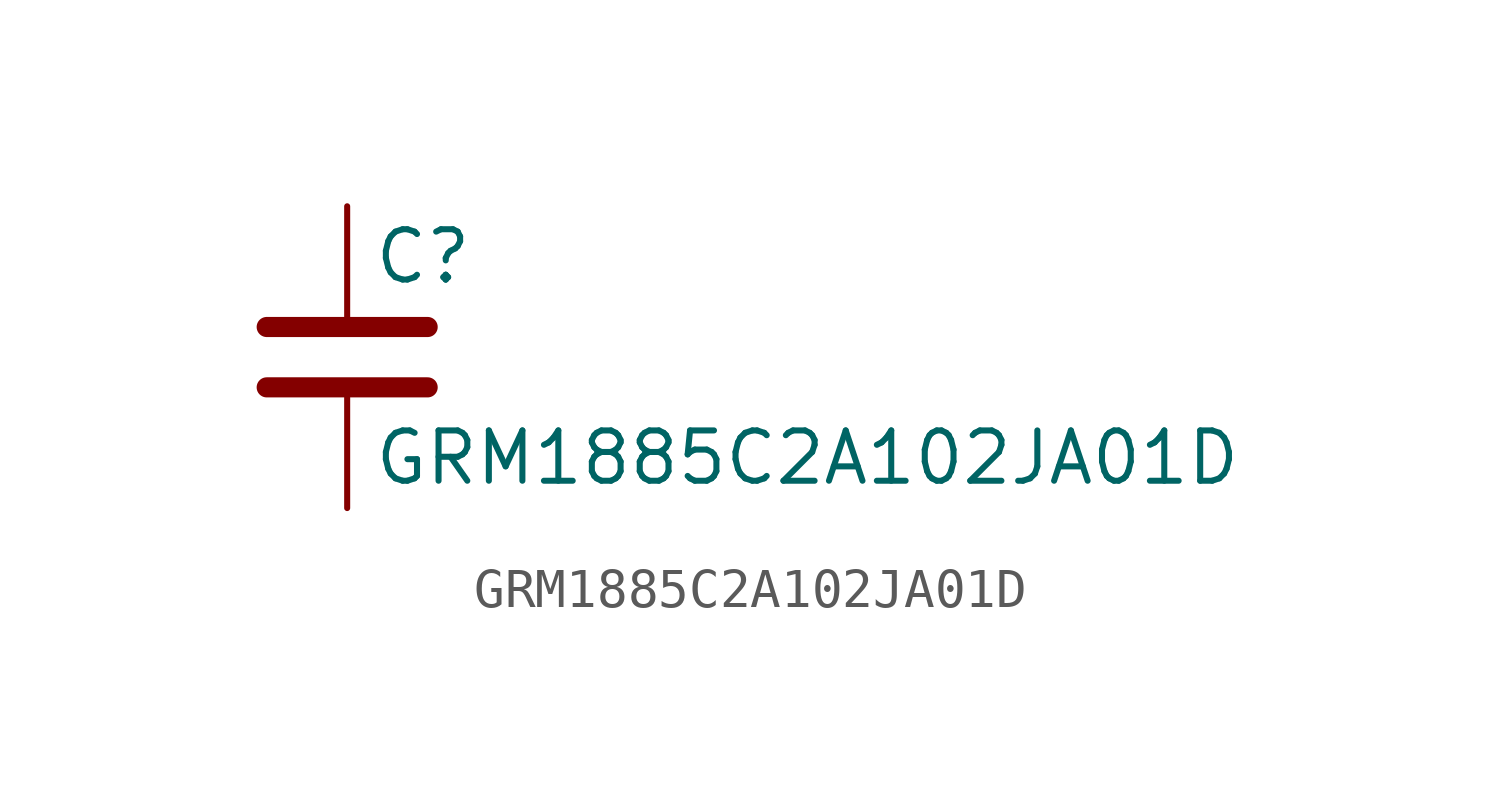
<source format=kicad_sym>
(kicad_symbol_lib
  (version 20231120)
  (generator "kicad_symbol_editor")
  (generator_version "8.0")
  (symbol "GRM1885C2A102JA01D"
    (pin_numbers hide)
    (pin_names
      (offset 0.254))
    (property "Reference" "C"
      (at 0.635 2.54 0)
      (effects (font (size 1.27 1.27)) (justify left)))
    (property "Value" "GRM1885C2A102JA01D"
      (at 0.635 -2.54 0)
      (effects (font (size 1.27 1.27)) (justify left)))
    (symbol "GRM1885C2A102JA01D_0_1"
      (polyline (pts (xy -2.032 -0.762) (xy 2.032 -0.762)) (stroke (width 0.508) (type default)) (fill (type none)))
      (polyline (pts (xy -2.032 0.762) (xy 2.032 0.762)) (stroke (width 0.508) (type default)) (fill (type none))))
    (symbol "GRM1885C2A102JA01D_1_1"
      (pin passive line (at 0 3.81 270) (length 2.794) (name "~" (effects (font (size 1.27 1.27)))) (number "1" (effects (font (size 1.27 1.27)))))
      (pin passive line (at 0 -3.81 90) (length 2.794) (name "~" (effects (font (size 1.27 1.27)))) (number "2" (effects (font (size 1.27 1.27))))))))
</source>
